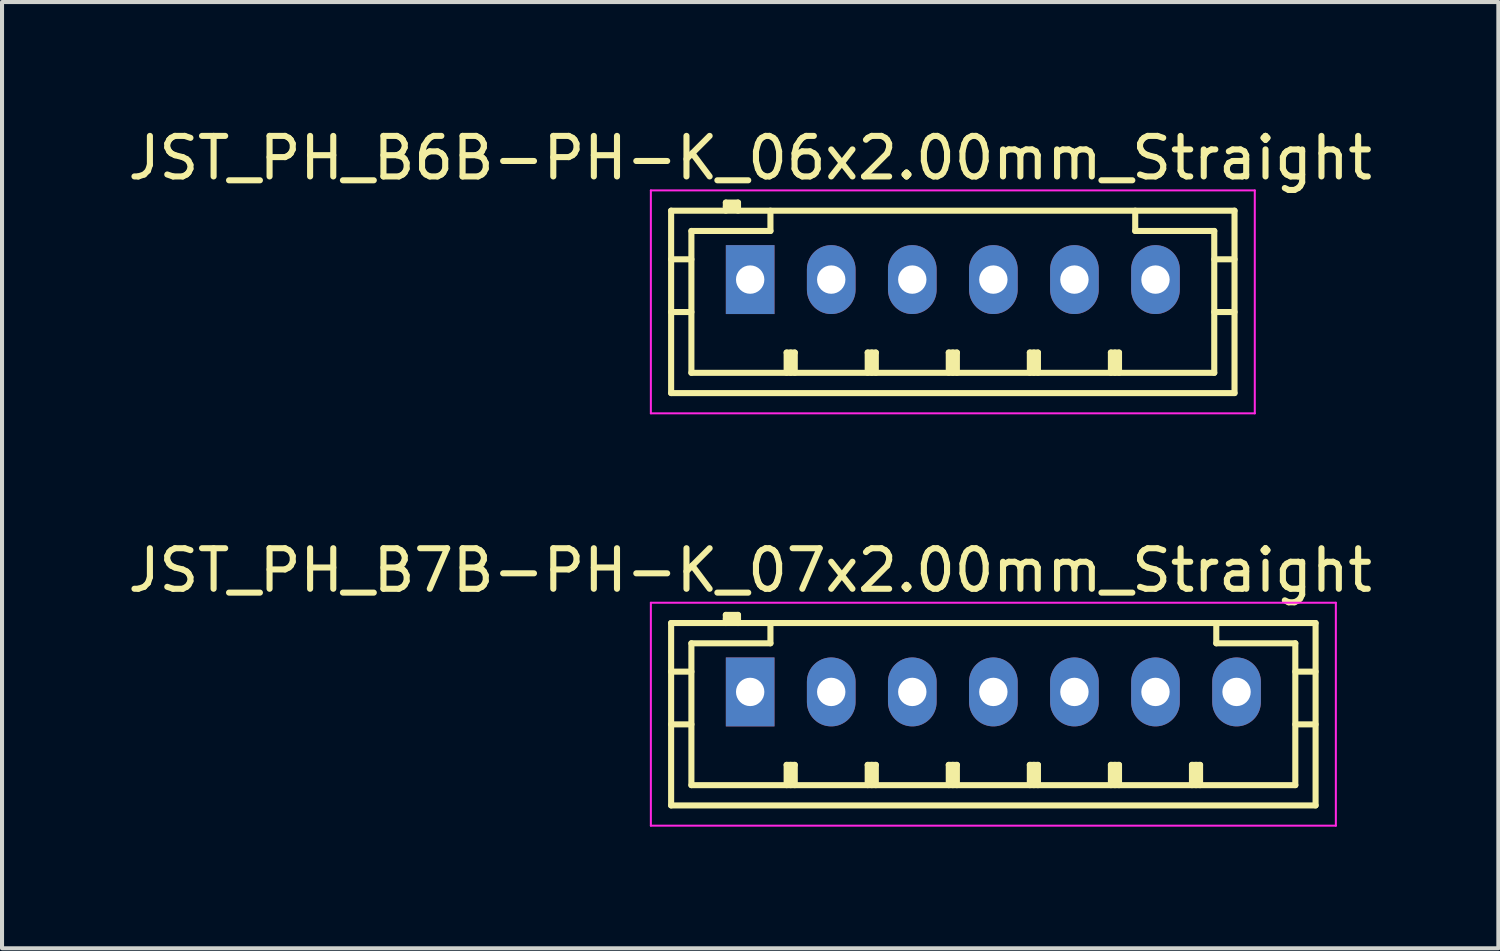
<source format=kicad_pcb>
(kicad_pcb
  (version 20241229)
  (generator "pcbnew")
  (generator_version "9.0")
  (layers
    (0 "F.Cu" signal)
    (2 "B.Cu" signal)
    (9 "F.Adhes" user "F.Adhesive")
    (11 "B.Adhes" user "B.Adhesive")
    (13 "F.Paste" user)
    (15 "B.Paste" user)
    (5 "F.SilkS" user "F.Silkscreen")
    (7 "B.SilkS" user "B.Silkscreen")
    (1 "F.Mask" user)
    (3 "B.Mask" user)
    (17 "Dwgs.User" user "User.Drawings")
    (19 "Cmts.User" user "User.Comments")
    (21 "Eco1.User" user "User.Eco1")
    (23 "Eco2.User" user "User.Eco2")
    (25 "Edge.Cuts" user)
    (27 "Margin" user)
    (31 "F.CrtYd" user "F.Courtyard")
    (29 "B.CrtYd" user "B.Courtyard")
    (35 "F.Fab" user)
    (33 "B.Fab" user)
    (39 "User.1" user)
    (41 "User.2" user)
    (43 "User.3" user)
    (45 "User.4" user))
  (footprint "JST_PH_B7B-PH-K_07x2.00mm_Straight"
    (layer "F.Cu")
    (at 15.458 14.021)
    (property "Reference" "JST_PH_B7B-PH-K_07x2.00mm_Straight" (at 0 -3 0) (layer "F.SilkS") (effects (font (size 1 1) (thickness 0.15))))
    (attr through_hole)
    (fp_line (start -1.95 -1.7) (end 13.95 -1.7) (stroke (width 0.15) (type solid)) (layer "F.SilkS"))
    (fp_line (start -1.95 -0.5) (end -1.45 -0.5) (stroke (width 0.15) (type solid)) (layer "F.SilkS"))
    (fp_line (start -1.95 0.8) (end -1.45 0.8) (stroke (width 0.15) (type solid)) (layer "F.SilkS"))
    (fp_line (start -1.95 2.8) (end -1.95 -1.7) (stroke (width 0.15) (type solid)) (layer "F.SilkS"))
    (fp_line (start -1.45 -1.2) (end -1.45 2.3) (stroke (width 0.15) (type solid)) (layer "F.SilkS"))
    (fp_line (start -1.45 2.3) (end 13.45 2.3) (stroke (width 0.15) (type solid)) (layer "F.SilkS"))
    (fp_line (start -0.6 -1.9) (end -0.6 -1.7) (stroke (width 0.15) (type solid)) (layer "F.SilkS"))
    (fp_line (start -0.3 -1.9) (end -0.6 -1.9) (stroke (width 0.15) (type solid)) (layer "F.SilkS"))
    (fp_line (start -0.3 -1.8) (end -0.6 -1.8) (stroke (width 0.15) (type solid)) (layer "F.SilkS"))
    (fp_line (start -0.3 -1.7) (end -0.3 -1.9) (stroke (width 0.15) (type solid)) (layer "F.SilkS"))
    (fp_line (start 0.5 -1.7) (end 0.5 -1.2) (stroke (width 0.15) (type solid)) (layer "F.SilkS"))
    (fp_line (start 0.5 -1.2) (end -1.45 -1.2) (stroke (width 0.15) (type solid)) (layer "F.SilkS"))
    (fp_line (start 0.9 1.8) (end 1.1 1.8) (stroke (width 0.15) (type solid)) (layer "F.SilkS"))
    (fp_line (start 0.9 2.3) (end 0.9 1.8) (stroke (width 0.15) (type solid)) (layer "F.SilkS"))
    (fp_line (start 1 2.3) (end 1 1.8) (stroke (width 0.15) (type solid)) (layer "F.SilkS"))
    (fp_line (start 1.1 1.8) (end 1.1 2.3) (stroke (width 0.15) (type solid)) (layer "F.SilkS"))
    (fp_line (start 2.9 1.8) (end 3.1 1.8) (stroke (width 0.15) (type solid)) (layer "F.SilkS"))
    (fp_line (start 2.9 2.3) (end 2.9 1.8) (stroke (width 0.15) (type solid)) (layer "F.SilkS"))
    (fp_line (start 3 2.3) (end 3 1.8) (stroke (width 0.15) (type solid)) (layer "F.SilkS"))
    (fp_line (start 3.1 1.8) (end 3.1 2.3) (stroke (width 0.15) (type solid)) (layer "F.SilkS"))
    (fp_line (start 4.9 1.8) (end 5.1 1.8) (stroke (width 0.15) (type solid)) (layer "F.SilkS"))
    (fp_line (start 4.9 2.3) (end 4.9 1.8) (stroke (width 0.15) (type solid)) (layer "F.SilkS"))
    (fp_line (start 5 2.3) (end 5 1.8) (stroke (width 0.15) (type solid)) (layer "F.SilkS"))
    (fp_line (start 5.1 1.8) (end 5.1 2.3) (stroke (width 0.15) (type solid)) (layer "F.SilkS"))
    (fp_line (start 6.9 1.8) (end 7.1 1.8) (stroke (width 0.15) (type solid)) (layer "F.SilkS"))
    (fp_line (start 6.9 2.3) (end 6.9 1.8) (stroke (width 0.15) (type solid)) (layer "F.SilkS"))
    (fp_line (start 7 2.3) (end 7 1.8) (stroke (width 0.15) (type solid)) (layer "F.SilkS"))
    (fp_line (start 7.1 1.8) (end 7.1 2.3) (stroke (width 0.15) (type solid)) (layer "F.SilkS"))
    (fp_line (start 8.9 1.8) (end 9.1 1.8) (stroke (width 0.15) (type solid)) (layer "F.SilkS"))
    (fp_line (start 8.9 2.3) (end 8.9 1.8) (stroke (width 0.15) (type solid)) (layer "F.SilkS"))
    (fp_line (start 9 2.3) (end 9 1.8) (stroke (width 0.15) (type solid)) (layer "F.SilkS"))
    (fp_line (start 9.1 1.8) (end 9.1 2.3) (stroke (width 0.15) (type solid)) (layer "F.SilkS"))
    (fp_line (start 10.9 1.8) (end 11.1 1.8) (stroke (width 0.15) (type solid)) (layer "F.SilkS"))
    (fp_line (start 10.9 2.3) (end 10.9 1.8) (stroke (width 0.15) (type solid)) (layer "F.SilkS"))
    (fp_line (start 11 2.3) (end 11 1.8) (stroke (width 0.15) (type solid)) (layer "F.SilkS"))
    (fp_line (start 11.1 1.8) (end 11.1 2.3) (stroke (width 0.15) (type solid)) (layer "F.SilkS"))
    (fp_line (start 11.5 -1.2) (end 11.5 -1.7) (stroke (width 0.15) (type solid)) (layer "F.SilkS"))
    (fp_line (start 13.45 -1.2) (end 11.5 -1.2) (stroke (width 0.15) (type solid)) (layer "F.SilkS"))
    (fp_line (start 13.45 -0.5) (end 13.95 -0.5) (stroke (width 0.15) (type solid)) (layer "F.SilkS"))
    (fp_line (start 13.45 0.8) (end 13.95 0.8) (stroke (width 0.15) (type solid)) (layer "F.SilkS"))
    (fp_line (start 13.45 2.3) (end 13.45 -1.2) (stroke (width 0.15) (type solid)) (layer "F.SilkS"))
    (fp_line (start 13.95 -1.7) (end 13.95 2.8) (stroke (width 0.15) (type solid)) (layer "F.SilkS"))
    (fp_line (start 13.95 2.8) (end -1.95 2.8) (stroke (width 0.15) (type solid)) (layer "F.SilkS"))
    (fp_line (start -2.45 -2.2) (end 14.45 -2.2) (stroke (width 0.05) (type solid)) (layer "F.CrtYd"))
    (fp_line (start -2.45 3.3) (end -2.45 -2.2) (stroke (width 0.05) (type solid)) (layer "F.CrtYd"))
    (fp_line (start 14.45 -2.2) (end 14.45 3.3) (stroke (width 0.05) (type solid)) (layer "F.CrtYd"))
    (fp_line (start 14.45 3.3) (end -2.45 3.3) (stroke (width 0.05) (type solid)) (layer "F.CrtYd"))
    (pad "1" thru_hole rect (at 0 0) (size 1.2 1.7) (drill 0.7) (layers "*.Cu" "*.Mask"))
    (pad "2" thru_hole oval (at 2 0) (size 1.2 1.7) (drill 0.7) (layers "*.Cu" "*.Mask"))
    (pad "3" thru_hole oval (at 4 0) (size 1.2 1.7) (drill 0.7) (layers "*.Cu" "*.Mask"))
    (pad "4" thru_hole oval (at 6 0) (size 1.2 1.7) (drill 0.7) (layers "*.Cu" "*.Mask"))
    (pad "5" thru_hole oval (at 8 0) (size 1.2 1.7) (drill 0.7) (layers "*.Cu" "*.Mask"))
    (pad "6" thru_hole oval (at 10 0) (size 1.2 1.7) (drill 0.7) (layers "*.Cu" "*.Mask"))
    (pad "7" thru_hole oval (at 12 0) (size 1.2 1.7) (drill 0.7) (layers "*.Cu" "*.Mask")))
  (footprint "JST_PH_B6B-PH-K_06x2.00mm_Straight"
    (layer "F.Cu")
    (at 15.458 3.848)
    (property "Reference" "JST_PH_B6B-PH-K_06x2.00mm_Straight" (at 0 -3 0) (layer "F.SilkS") (effects (font (size 1 1) (thickness 0.15))))
    (attr through_hole)
    (fp_line (start -1.95 -1.7) (end 11.95 -1.7) (stroke (width 0.15) (type solid)) (layer "F.SilkS"))
    (fp_line (start -1.95 -0.5) (end -1.45 -0.5) (stroke (width 0.15) (type solid)) (layer "F.SilkS"))
    (fp_line (start -1.95 0.8) (end -1.45 0.8) (stroke (width 0.15) (type solid)) (layer "F.SilkS"))
    (fp_line (start -1.95 2.8) (end -1.95 -1.7) (stroke (width 0.15) (type solid)) (layer "F.SilkS"))
    (fp_line (start -1.45 -1.2) (end -1.45 2.3) (stroke (width 0.15) (type solid)) (layer "F.SilkS"))
    (fp_line (start -1.45 2.3) (end 11.45 2.3) (stroke (width 0.15) (type solid)) (layer "F.SilkS"))
    (fp_line (start -0.6 -1.9) (end -0.6 -1.7) (stroke (width 0.15) (type solid)) (layer "F.SilkS"))
    (fp_line (start -0.3 -1.9) (end -0.6 -1.9) (stroke (width 0.15) (type solid)) (layer "F.SilkS"))
    (fp_line (start -0.3 -1.8) (end -0.6 -1.8) (stroke (width 0.15) (type solid)) (layer "F.SilkS"))
    (fp_line (start -0.3 -1.7) (end -0.3 -1.9) (stroke (width 0.15) (type solid)) (layer "F.SilkS"))
    (fp_line (start 0.5 -1.7) (end 0.5 -1.2) (stroke (width 0.15) (type solid)) (layer "F.SilkS"))
    (fp_line (start 0.5 -1.2) (end -1.45 -1.2) (stroke (width 0.15) (type solid)) (layer "F.SilkS"))
    (fp_line (start 0.9 1.8) (end 1.1 1.8) (stroke (width 0.15) (type solid)) (layer "F.SilkS"))
    (fp_line (start 0.9 2.3) (end 0.9 1.8) (stroke (width 0.15) (type solid)) (layer "F.SilkS"))
    (fp_line (start 1 2.3) (end 1 1.8) (stroke (width 0.15) (type solid)) (layer "F.SilkS"))
    (fp_line (start 1.1 1.8) (end 1.1 2.3) (stroke (width 0.15) (type solid)) (layer "F.SilkS"))
    (fp_line (start 2.9 1.8) (end 3.1 1.8) (stroke (width 0.15) (type solid)) (layer "F.SilkS"))
    (fp_line (start 2.9 2.3) (end 2.9 1.8) (stroke (width 0.15) (type solid)) (layer "F.SilkS"))
    (fp_line (start 3 2.3) (end 3 1.8) (stroke (width 0.15) (type solid)) (layer "F.SilkS"))
    (fp_line (start 3.1 1.8) (end 3.1 2.3) (stroke (width 0.15) (type solid)) (layer "F.SilkS"))
    (fp_line (start 4.9 1.8) (end 5.1 1.8) (stroke (width 0.15) (type solid)) (layer "F.SilkS"))
    (fp_line (start 4.9 2.3) (end 4.9 1.8) (stroke (width 0.15) (type solid)) (layer "F.SilkS"))
    (fp_line (start 5 2.3) (end 5 1.8) (stroke (width 0.15) (type solid)) (layer "F.SilkS"))
    (fp_line (start 5.1 1.8) (end 5.1 2.3) (stroke (width 0.15) (type solid)) (layer "F.SilkS"))
    (fp_line (start 6.9 1.8) (end 7.1 1.8) (stroke (width 0.15) (type solid)) (layer "F.SilkS"))
    (fp_line (start 6.9 2.3) (end 6.9 1.8) (stroke (width 0.15) (type solid)) (layer "F.SilkS"))
    (fp_line (start 7 2.3) (end 7 1.8) (stroke (width 0.15) (type solid)) (layer "F.SilkS"))
    (fp_line (start 7.1 1.8) (end 7.1 2.3) (stroke (width 0.15) (type solid)) (layer "F.SilkS"))
    (fp_line (start 8.9 1.8) (end 9.1 1.8) (stroke (width 0.15) (type solid)) (layer "F.SilkS"))
    (fp_line (start 8.9 2.3) (end 8.9 1.8) (stroke (width 0.15) (type solid)) (layer "F.SilkS"))
    (fp_line (start 9 2.3) (end 9 1.8) (stroke (width 0.15) (type solid)) (layer "F.SilkS"))
    (fp_line (start 9.1 1.8) (end 9.1 2.3) (stroke (width 0.15) (type solid)) (layer "F.SilkS"))
    (fp_line (start 9.5 -1.2) (end 9.5 -1.7) (stroke (width 0.15) (type solid)) (layer "F.SilkS"))
    (fp_line (start 11.45 -1.2) (end 9.5 -1.2) (stroke (width 0.15) (type solid)) (layer "F.SilkS"))
    (fp_line (start 11.45 -0.5) (end 11.95 -0.5) (stroke (width 0.15) (type solid)) (layer "F.SilkS"))
    (fp_line (start 11.45 0.8) (end 11.95 0.8) (stroke (width 0.15) (type solid)) (layer "F.SilkS"))
    (fp_line (start 11.45 2.3) (end 11.45 -1.2) (stroke (width 0.15) (type solid)) (layer "F.SilkS"))
    (fp_line (start 11.95 -1.7) (end 11.95 2.8) (stroke (width 0.15) (type solid)) (layer "F.SilkS"))
    (fp_line (start 11.95 2.8) (end -1.95 2.8) (stroke (width 0.15) (type solid)) (layer "F.SilkS"))
    (fp_line (start -2.45 -2.2) (end 12.45 -2.2) (stroke (width 0.05) (type solid)) (layer "F.CrtYd"))
    (fp_line (start -2.45 3.3) (end -2.45 -2.2) (stroke (width 0.05) (type solid)) (layer "F.CrtYd"))
    (fp_line (start 12.45 -2.2) (end 12.45 3.3) (stroke (width 0.05) (type solid)) (layer "F.CrtYd"))
    (fp_line (start 12.45 3.3) (end -2.45 3.3) (stroke (width 0.05) (type solid)) (layer "F.CrtYd"))
    (pad "1" thru_hole rect (at 0 0) (size 1.2 1.7) (drill 0.7) (layers "*.Cu" "*.Mask"))
    (pad "2" thru_hole oval (at 2 0) (size 1.2 1.7) (drill 0.7) (layers "*.Cu" "*.Mask"))
    (pad "3" thru_hole oval (at 4 0) (size 1.2 1.7) (drill 0.7) (layers "*.Cu" "*.Mask"))
    (pad "4" thru_hole oval (at 6 0) (size 1.2 1.7) (drill 0.7) (layers "*.Cu" "*.Mask"))
    (pad "5" thru_hole oval (at 8 0) (size 1.2 1.7) (drill 0.7) (layers "*.Cu" "*.Mask"))
    (pad "6" thru_hole oval (at 10 0) (size 1.2 1.7) (drill 0.7) (layers "*.Cu" "*.Mask")))
  (gr_rect
    (start -3 -3)
    (end 33.917 20.346)
    (stroke (width 0.1) (type default))
    (fill no)
    (layer "Edge.Cuts")))
</source>
